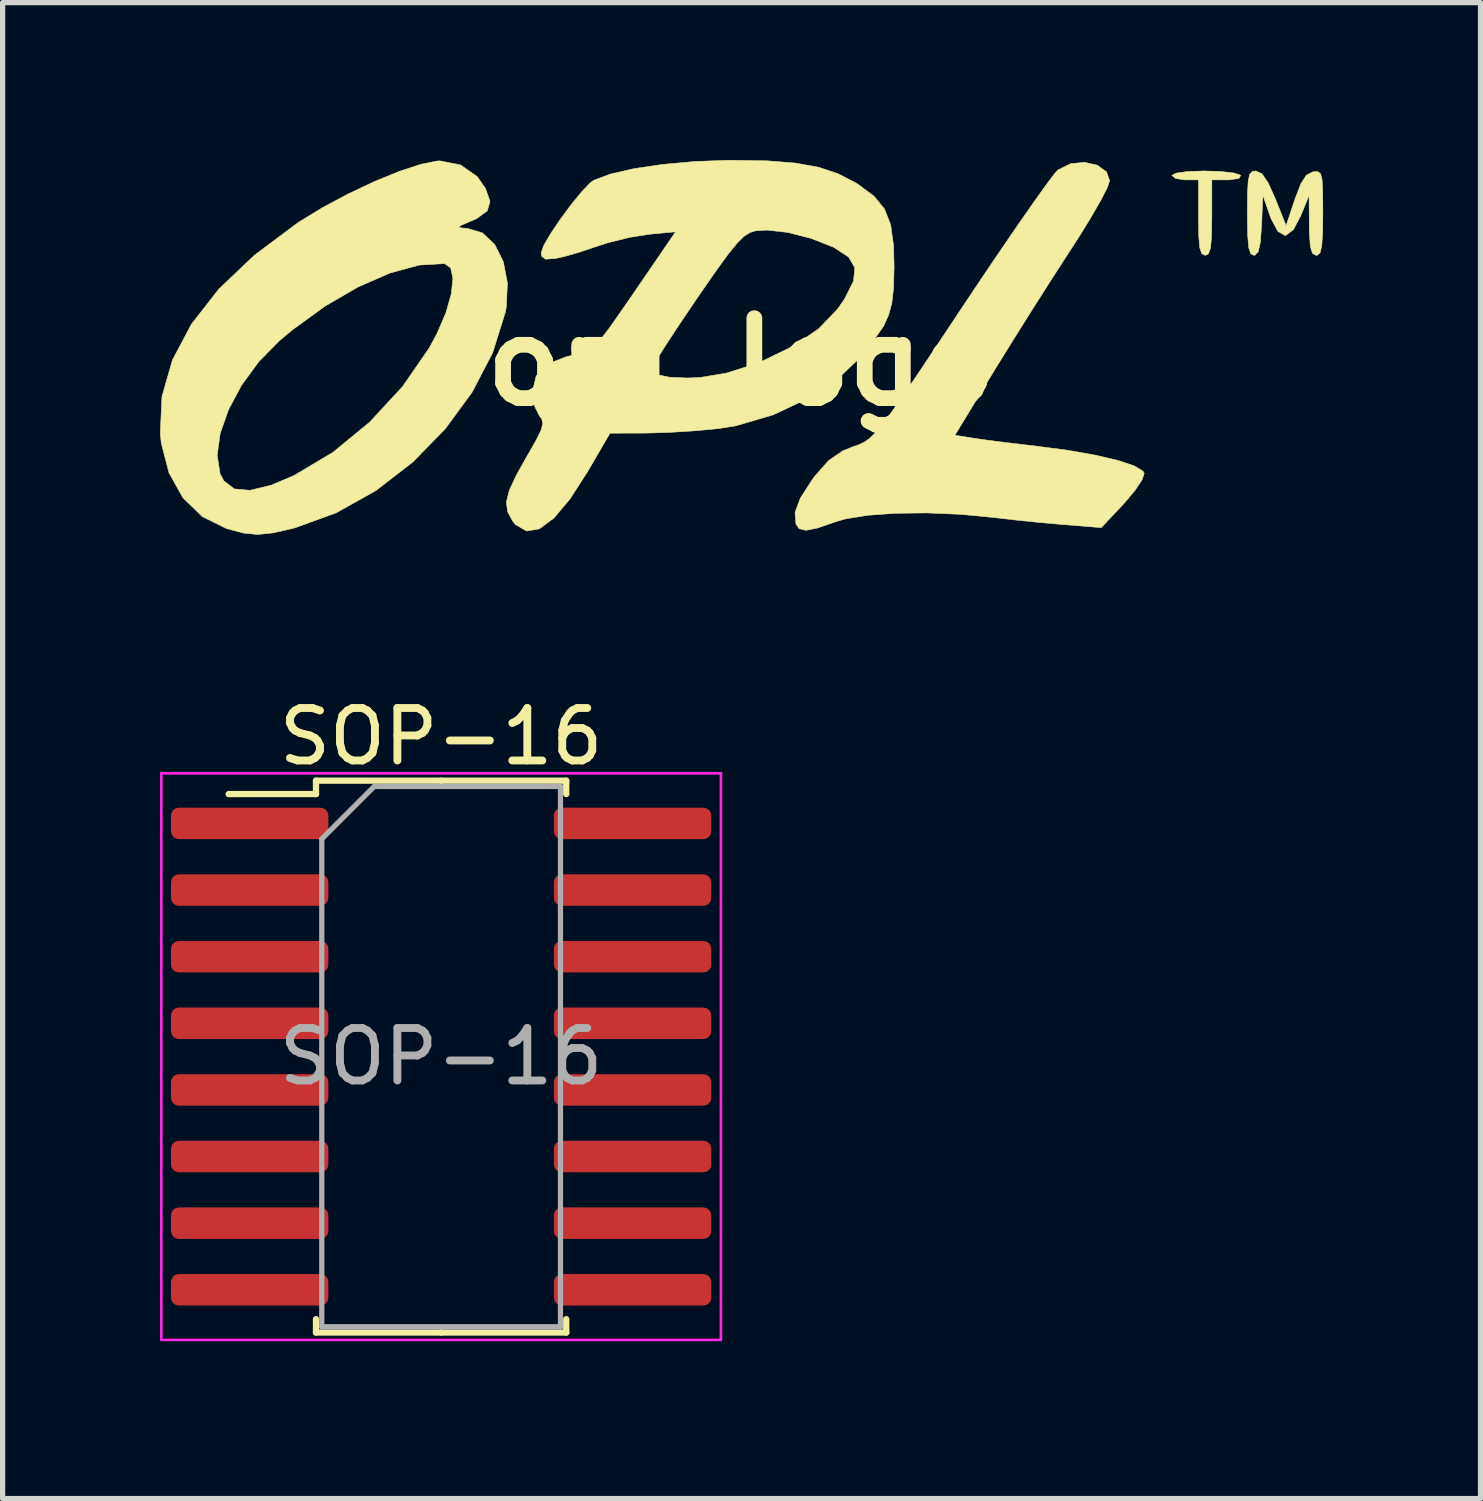
<source format=kicad_pcb>
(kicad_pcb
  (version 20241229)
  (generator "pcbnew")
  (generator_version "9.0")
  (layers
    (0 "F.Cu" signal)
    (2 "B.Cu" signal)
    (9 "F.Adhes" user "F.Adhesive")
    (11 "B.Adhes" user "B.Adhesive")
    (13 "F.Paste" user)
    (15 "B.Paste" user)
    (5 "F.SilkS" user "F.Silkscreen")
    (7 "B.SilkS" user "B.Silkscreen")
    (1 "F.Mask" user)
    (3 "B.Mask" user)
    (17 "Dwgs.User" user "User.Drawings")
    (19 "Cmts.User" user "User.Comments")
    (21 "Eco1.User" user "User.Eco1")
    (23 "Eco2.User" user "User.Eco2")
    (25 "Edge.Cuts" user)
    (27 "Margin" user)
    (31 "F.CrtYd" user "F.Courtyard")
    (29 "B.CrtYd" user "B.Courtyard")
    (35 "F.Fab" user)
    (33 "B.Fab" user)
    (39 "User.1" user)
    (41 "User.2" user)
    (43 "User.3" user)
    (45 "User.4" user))
  (footprint "SOP-16"
    (layer "F.Cu")
    (at 5.359 17.092)
    (property "Reference" "SOP-16" (at 0 -6.1 0) (layer "F.SilkS") (effects (font (size 1 1) (thickness 0.15))))
    (attr smd)
    (fp_line (start -2.385 -5.26) (end -2.385 -5.005) (stroke (width 0.12) (type solid)) (layer "F.SilkS"))
    (fp_line (start -2.385 -5.005) (end -4.05 -5.005) (stroke (width 0.12) (type solid)) (layer "F.SilkS"))
    (fp_line (start -2.385 5.26) (end -2.385 5.005) (stroke (width 0.12) (type solid)) (layer "F.SilkS"))
    (fp_line (start 0 -5.26) (end -2.385 -5.26) (stroke (width 0.12) (type solid)) (layer "F.SilkS"))
    (fp_line (start 0 -5.26) (end 2.385 -5.26) (stroke (width 0.12) (type solid)) (layer "F.SilkS"))
    (fp_line (start 0 5.26) (end -2.385 5.26) (stroke (width 0.12) (type solid)) (layer "F.SilkS"))
    (fp_line (start 0 5.26) (end 2.385 5.26) (stroke (width 0.12) (type solid)) (layer "F.SilkS"))
    (fp_line (start 2.385 -5.26) (end 2.385 -5.005) (stroke (width 0.12) (type solid)) (layer "F.SilkS"))
    (fp_line (start 2.385 5.26) (end 2.385 5.005) (stroke (width 0.12) (type solid)) (layer "F.SilkS"))
    (fp_line (start -5.334 -5.4) (end -5.334 5.4) (stroke (width 0.05) (type solid)) (layer "F.CrtYd"))
    (fp_line (start -5.334 5.4) (end 5.334 5.4) (stroke (width 0.05) (type solid)) (layer "F.CrtYd"))
    (fp_line (start 5.334 -5.4) (end -5.334 -5.4) (stroke (width 0.05) (type solid)) (layer "F.CrtYd"))
    (fp_line (start 5.334 5.4) (end 5.334 -5.4) (stroke (width 0.05) (type solid)) (layer "F.CrtYd"))
    (fp_line (start -2.275 -4.15) (end -1.275 -5.15) (stroke (width 0.1) (type solid)) (layer "F.Fab"))
    (fp_line (start -2.275 5.15) (end -2.275 -4.15) (stroke (width 0.1) (type solid)) (layer "F.Fab"))
    (fp_line (start -1.275 -5.15) (end 2.275 -5.15) (stroke (width 0.1) (type solid)) (layer "F.Fab"))
    (fp_line (start 2.275 -5.15) (end 2.275 5.15) (stroke (width 0.1) (type solid)) (layer "F.Fab"))
    (fp_line (start 2.275 5.15) (end -2.275 5.15) (stroke (width 0.1) (type solid)) (layer "F.Fab"))
    (fp_text user "${REFERENCE}" (at 0 0 0) (layer "F.Fab") (effects (font (size 1 1) (thickness 0.15))))
    (pad "1" smd roundrect (at -3.65 -4.445) (size 3 0.6) (layers "F.Cu" "F.Mask" "F.Paste") (roundrect_rratio 0.25))
    (pad "2" smd roundrect (at -3.65 -3.175) (size 3 0.6) (layers "F.Cu" "F.Mask" "F.Paste") (roundrect_rratio 0.25))
    (pad "3" smd roundrect (at -3.65 -1.905) (size 3 0.6) (layers "F.Cu" "F.Mask" "F.Paste") (roundrect_rratio 0.25))
    (pad "4" smd roundrect (at -3.65 -0.635) (size 3 0.6) (layers "F.Cu" "F.Mask" "F.Paste") (roundrect_rratio 0.25))
    (pad "5" smd roundrect (at -3.65 0.635) (size 3 0.6) (layers "F.Cu" "F.Mask" "F.Paste") (roundrect_rratio 0.25))
    (pad "6" smd roundrect (at -3.65 1.905) (size 3 0.6) (layers "F.Cu" "F.Mask" "F.Paste") (roundrect_rratio 0.25))
    (pad "7" smd roundrect (at -3.65 3.175) (size 3 0.6) (layers "F.Cu" "F.Mask" "F.Paste") (roundrect_rratio 0.25))
    (pad "8" smd roundrect (at -3.65 4.445) (size 3 0.6) (layers "F.Cu" "F.Mask" "F.Paste") (roundrect_rratio 0.25))
    (pad "9" smd roundrect (at 3.65 4.445) (size 3 0.6) (layers "F.Cu" "F.Mask" "F.Paste") (roundrect_rratio 0.25))
    (pad "10" smd roundrect (at 3.65 3.175) (size 3 0.6) (layers "F.Cu" "F.Mask" "F.Paste") (roundrect_rratio 0.25))
    (pad "11" smd roundrect (at 3.65 1.905) (size 3 0.6) (layers "F.Cu" "F.Mask" "F.Paste") (roundrect_rratio 0.25))
    (pad "12" smd roundrect (at 3.65 0.635) (size 3 0.6) (layers "F.Cu" "F.Mask" "F.Paste") (roundrect_rratio 0.25))
    (pad "13" smd roundrect (at 3.65 -0.635) (size 3 0.6) (layers "F.Cu" "F.Mask" "F.Paste") (roundrect_rratio 0.25))
    (pad "14" smd roundrect (at 3.65 -1.905) (size 3 0.6) (layers "F.Cu" "F.Mask" "F.Paste") (roundrect_rratio 0.25))
    (pad "15" smd roundrect (at 3.65 -3.175) (size 3 0.6) (layers "F.Cu" "F.Mask" "F.Paste") (roundrect_rratio 0.25))
    (pad "16" smd roundrect (at 3.65 -4.445) (size 3 0.6) (layers "F.Cu" "F.Mask" "F.Paste") (roundrect_rratio 0.25)))
  (footprint "opl_logo"
    (layer "F.Cu")
    (at 11.076 3.85)
    (property "Reference" "opl_logo" (at 0 0 0) (layer "F.SilkS") (effects (font (size 1.524 1.524) (thickness 0.3))))
    (attr through_hole)
    (fp_poly (pts (xy 9.154 -3.63) (xy 9.395 -3.602) (xy 9.519 -3.562) (xy 9.525 -3.556) (xy 9.489 -3.498) (xy 9.317 -3.472) (xy 9.276 -3.471) (xy 8.975 -3.471) (xy 8.975 -2.752) (xy 8.969 -2.392) (xy 8.95 -2.172) (xy 8.91 -2.062) (xy 8.848 -2.032) (xy 8.784 -2.063) (xy 8.745 -2.175) (xy 8.726 -2.397) (xy 8.721 -2.752) (xy 8.721 -3.471) (xy 8.467 -3.471) (xy 8.288 -3.496) (xy 8.213 -3.555) (xy 8.213 -3.556) (xy 8.291 -3.599) (xy 8.504 -3.629) (xy 8.816 -3.641) (xy 8.843 -3.641) (xy 9.154 -3.63)) (stroke (width 0.01) (type solid)) (fill yes) (layer "F.SilkS"))
    (fp_poly (pts (xy 9.928 -3.589) (xy 10.047 -3.419) (xy 10.182 -3.119) (xy 10.391 -2.597) (xy 10.557 -3.097) (xy 10.671 -3.395) (xy 10.777 -3.56) (xy 10.898 -3.624) (xy 10.907 -3.625) (xy 10.992 -3.63) (xy 11.046 -3.592) (xy 11.076 -3.482) (xy 11.088 -3.268) (xy 11.091 -2.922) (xy 11.091 -2.842) (xy 11.087 -2.457) (xy 11.07 -2.213) (xy 11.038 -2.081) (xy 10.984 -2.034) (xy 10.964 -2.032) (xy 10.894 -2.069) (xy 10.853 -2.199) (xy 10.835 -2.455) (xy 10.833 -2.603) (xy 10.828 -3.175) (xy 10.673 -2.794) (xy 10.53 -2.522) (xy 10.387 -2.415) (xy 10.368 -2.413) (xy 10.234 -2.489) (xy 10.108 -2.724) (xy 10.082 -2.794) (xy 9.948 -3.175) (xy 9.923 -2.603) (xy 9.9 -2.281) (xy 9.859 -2.101) (xy 9.794 -2.034) (xy 9.775 -2.032) (xy 9.716 -2.064) (xy 9.679 -2.177) (xy 9.659 -2.4) (xy 9.652 -2.759) (xy 9.652 -2.836) (xy 9.655 -3.211) (xy 9.668 -3.448) (xy 9.696 -3.577) (xy 9.747 -3.631) (xy 9.812 -3.641) (xy 9.928 -3.589)) (stroke (width 0.01) (type solid)) (fill yes) (layer "F.SilkS"))
    (fp_poly (pts (xy 6.793 -3.75) (xy 6.968 -3.622) (xy 7.027 -3.453) (xy 6.982 -3.323) (xy 6.858 -3.081) (xy 6.671 -2.756) (xy 6.436 -2.375) (xy 6.273 -2.123) (xy 5.938 -1.605) (xy 5.559 -1.01) (xy 5.18 -0.406) (xy 4.843 0.138) (xy 4.798 0.212) (xy 4.077 1.397) (xy 4.431 1.453) (xy 4.671 1.488) (xy 5.022 1.533) (xy 5.424 1.581) (xy 5.63 1.605) (xy 6.233 1.684) (xy 6.759 1.777) (xy 7.185 1.877) (xy 7.493 1.98) (xy 7.661 2.081) (xy 7.686 2.124) (xy 7.644 2.249) (xy 7.509 2.45) (xy 7.31 2.687) (xy 7.29 2.709) (xy 6.867 3.158) (xy 6.164 3.102) (xy 5.723 3.063) (xy 5.241 3.014) (xy 4.826 2.966) (xy 4.19 2.905) (xy 3.551 2.878) (xy 2.945 2.885) (xy 2.41 2.923) (xy 1.983 2.993) (xy 1.798 3.048) (xy 1.457 3.166) (xy 1.237 3.209) (xy 1.108 3.178) (xy 1.047 3.09) (xy 1.029 2.871) (xy 1.132 2.593) (xy 1.362 2.237) (xy 1.416 2.166) (xy 1.673 1.877) (xy 1.937 1.696) (xy 2.139 1.614) (xy 2.248 1.577) (xy 2.345 1.531) (xy 2.442 1.464) (xy 2.551 1.36) (xy 2.682 1.206) (xy 2.848 0.987) (xy 3.059 0.688) (xy 3.326 0.295) (xy 3.662 -0.207) (xy 4.077 -0.831) (xy 4.2 -1.017) (xy 4.592 -1.603) (xy 4.961 -2.149) (xy 5.295 -2.636) (xy 5.583 -3.049) (xy 5.812 -3.369) (xy 5.97 -3.58) (xy 6.041 -3.66) (xy 6.281 -3.779) (xy 6.547 -3.806) (xy 6.793 -3.75)) (stroke (width 0.01) (type solid)) (fill yes) (layer "F.SilkS"))
    (fp_poly (pts (xy -5.345 -3.755) (xy -5.028 -3.533) (xy -4.871 -3.307) (xy -4.785 -3.061) (xy -4.836 -2.881) (xy -5.038 -2.734) (xy -5.149 -2.685) (xy -5.34 -2.603) (xy -5.385 -2.565) (xy -5.294 -2.551) (xy -5.224 -2.548) (xy -4.929 -2.46) (xy -4.694 -2.238) (xy -4.531 -1.91) (xy -4.453 -1.503) (xy -4.474 -1.048) (xy -4.493 -0.947) (xy -4.735 -0.174) (xy -5.125 0.575) (xy -5.64 1.277) (xy -6.258 1.909) (xy -6.957 2.45) (xy -7.715 2.875) (xy -8.509 3.164) (xy -8.528 3.169) (xy -8.916 3.258) (xy -9.212 3.289) (xy -9.485 3.262) (xy -9.803 3.177) (xy -9.809 3.176) (xy -10.271 2.947) (xy -10.64 2.587) (xy -10.905 2.113) (xy -10.991 1.78) (xy -9.986 1.78) (xy -9.932 2.127) (xy -9.859 2.267) (xy -9.66 2.42) (xy -9.362 2.447) (xy -8.959 2.35) (xy -8.518 2.163) (xy -7.777 1.721) (xy -7.078 1.146) (xy -6.456 0.474) (xy -5.949 -0.258) (xy -5.796 -0.541) (xy -5.626 -0.936) (xy -5.524 -1.295) (xy -5.492 -1.591) (xy -5.535 -1.794) (xy -5.652 -1.875) (xy -6.136 -1.847) (xy -6.695 -1.694) (xy -7.302 -1.429) (xy -7.931 -1.063) (xy -8.556 -0.609) (xy -8.8 -0.405) (xy -9.195 -0.003) (xy -9.522 0.445) (xy -9.77 0.91) (xy -9.929 1.364) (xy -9.986 1.78) (xy -10.991 1.78) (xy -11.052 1.545) (xy -11.071 1.359) (xy -11.038 0.657) (xy -10.838 -0.039) (xy -10.475 -0.723) (xy -9.953 -1.391) (xy -9.274 -2.037) (xy -8.442 -2.658) (xy -8.43 -2.666) (xy -7.982 -2.94) (xy -7.49 -3.203) (xy -6.99 -3.439) (xy -6.516 -3.633) (xy -6.105 -3.768) (xy -5.792 -3.831) (xy -5.739 -3.833) (xy -5.345 -3.755)) (stroke (width 0.01) (type solid)) (fill yes) (layer "F.SilkS"))
    (fp_poly (pts (xy 0.503 -3.834) (xy 1.041 -3.791) (xy 1.479 -3.712) (xy 1.848 -3.589) (xy 2.183 -3.416) (xy 2.234 -3.384) (xy 2.533 -3.162) (xy 2.733 -2.919) (xy 2.853 -2.615) (xy 2.908 -2.213) (xy 2.918 -1.82) (xy 2.908 -1.413) (xy 2.875 -1.12) (xy 2.811 -0.888) (xy 2.718 -0.684) (xy 2.362 -0.171) (xy 1.871 0.295) (xy 1.277 0.695) (xy 0.613 1.008) (xy -0.09 1.215) (xy -0.421 1.269) (xy -0.872 1.312) (xy -1.37 1.343) (xy -1.81 1.356) (xy -1.818 1.356) (xy -2.498 1.358) (xy -2.921 2.085) (xy -3.26 2.612) (xy -3.569 2.978) (xy -3.846 3.182) (xy -4.089 3.223) (xy -4.298 3.101) (xy -4.356 3.029) (xy -4.45 2.854) (xy -4.473 2.671) (xy -4.417 2.445) (xy -4.275 2.143) (xy -4.1 1.832) (xy -3.918 1.515) (xy -3.814 1.308) (xy -3.778 1.176) (xy -3.799 1.085) (xy -3.846 1.023) (xy -3.937 0.84) (xy -3.979 0.592) (xy -3.979 0.571) (xy -3.904 0.265) (xy -3.798 0.156) (xy -1.719 0.156) (xy -1.613 0.239) (xy -1.371 0.29) (xy -1.025 0.306) (xy -0.785 0.297) (xy -0.28 0.213) (xy 0.279 0.036) (xy 0.387 -0.008) (xy 1.006 -0.307) (xy 1.482 -0.634) (xy 1.843 -1.011) (xy 1.977 -1.206) (xy 2.144 -1.54) (xy 2.17 -1.797) (xy 2.05 -2.001) (xy 1.779 -2.179) (xy 1.757 -2.19) (xy 1.334 -2.356) (xy 0.894 -2.469) (xy 0.496 -2.514) (xy 0.277 -2.5) (xy 0.168 -2.466) (xy 0.057 -2.395) (xy -0.074 -2.266) (xy -0.241 -2.061) (xy -0.461 -1.759) (xy -0.751 -1.341) (xy -0.866 -1.174) (xy -1.142 -0.765) (xy -1.38 -0.405) (xy -1.565 -0.115) (xy -1.683 0.079) (xy -1.719 0.156) (xy -3.798 0.156) (xy -3.683 0.038) (xy -3.321 -0.104) (xy -3.181 -0.13) (xy -3.044 -0.156) (xy -2.928 -0.198) (xy -2.815 -0.279) (xy -2.684 -0.42) (xy -2.515 -0.64) (xy -2.288 -0.963) (xy -2.033 -1.333) (xy -1.248 -2.481) (xy -1.746 -2.435) (xy -2.116 -2.376) (xy -2.525 -2.276) (xy -2.752 -2.203) (xy -3.07 -2.096) (xy -3.368 -2.01) (xy -3.535 -1.973) (xy -3.726 -1.959) (xy -3.801 -2.014) (xy -3.809 -2.086) (xy -3.758 -2.226) (xy -3.625 -2.453) (xy -3.44 -2.727) (xy -3.233 -3.006) (xy -3.032 -3.25) (xy -2.869 -3.419) (xy -2.808 -3.463) (xy -2.491 -3.582) (xy -2.042 -3.685) (xy -1.495 -3.766) (xy -0.886 -3.821) (xy -0.251 -3.845) (xy -0.169 -3.845) (xy 0.503 -3.834)) (stroke (width 0.01) (type solid)) (fill yes) (layer "F.SilkS")))
  (gr_rect
    (start -3 -3)
    (end 25.173 25.517)
    (stroke (width 0.1) (type default))
    (fill no)
    (layer "Edge.Cuts")))
</source>
